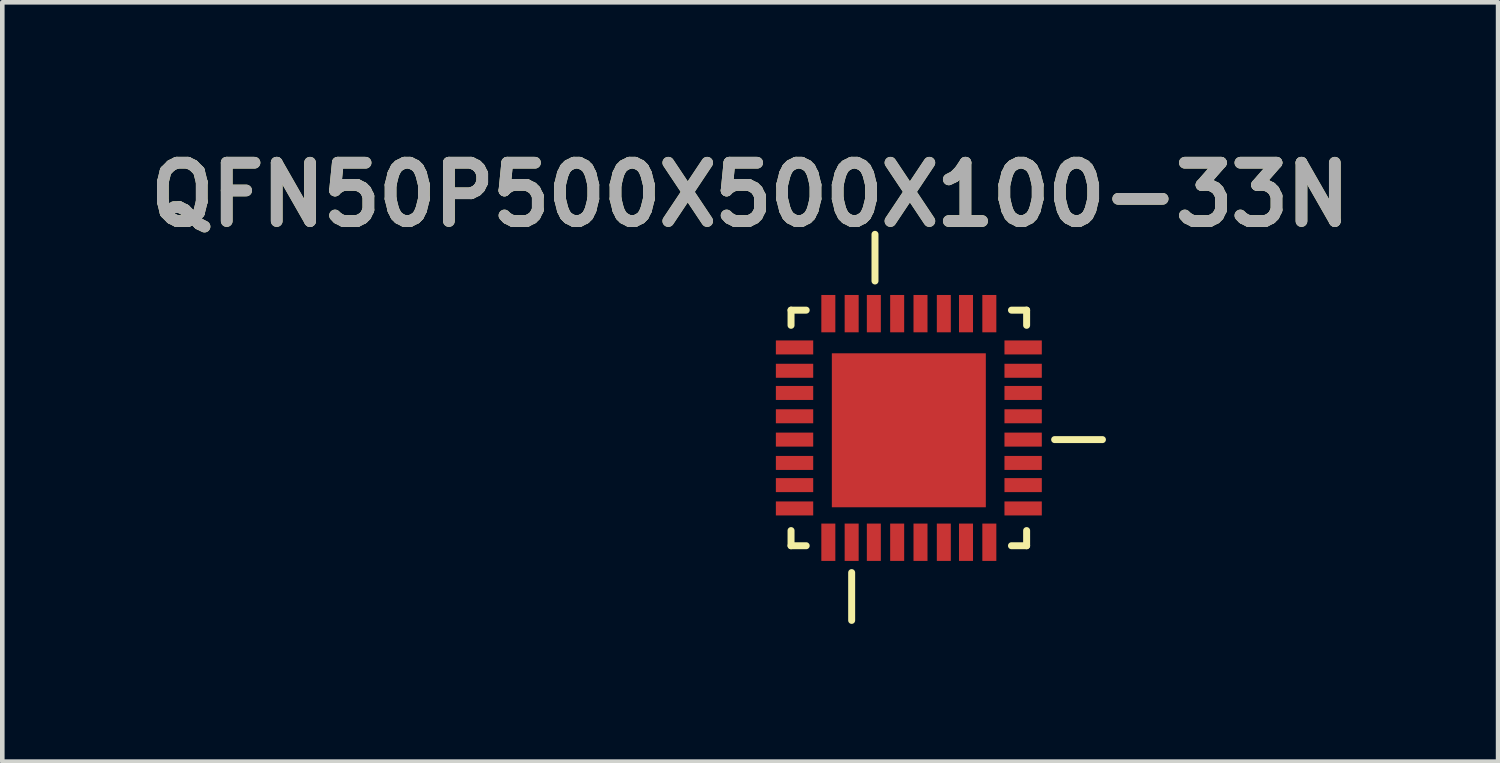
<source format=kicad_pcb>
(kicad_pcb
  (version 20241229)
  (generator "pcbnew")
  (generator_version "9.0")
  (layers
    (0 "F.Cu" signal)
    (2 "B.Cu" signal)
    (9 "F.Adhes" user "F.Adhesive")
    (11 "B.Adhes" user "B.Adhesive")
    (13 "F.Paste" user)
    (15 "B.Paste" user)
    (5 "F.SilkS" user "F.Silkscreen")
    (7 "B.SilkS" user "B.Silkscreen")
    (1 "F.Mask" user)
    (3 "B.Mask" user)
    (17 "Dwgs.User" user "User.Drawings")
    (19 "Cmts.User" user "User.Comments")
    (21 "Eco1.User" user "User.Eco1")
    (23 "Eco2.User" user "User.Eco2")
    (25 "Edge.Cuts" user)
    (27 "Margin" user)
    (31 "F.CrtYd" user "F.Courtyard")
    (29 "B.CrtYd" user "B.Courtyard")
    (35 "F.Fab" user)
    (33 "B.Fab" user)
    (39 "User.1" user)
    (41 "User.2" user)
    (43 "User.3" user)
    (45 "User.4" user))
  (footprint "QFN50P500X500X100-33N"
    (layer "F.Cu")
    (at 16.741 6.269)
    (property "Reference" "QFN50P500X500X100-33N" (at -3.454 -5.08 0) (layer "F.SilkS") (effects (font (size 1.27 1.27) (thickness 0.254))))
    (attr smd)
    (fp_line (start -2.565 -2.565) (end -2.565 -2.235) (stroke (width 0.152) (type solid)) (layer "F.SilkS"))
    (fp_line (start -2.565 2.235) (end -2.565 2.565) (stroke (width 0.152) (type solid)) (layer "F.SilkS"))
    (fp_line (start -2.565 2.565) (end -2.235 2.565) (stroke (width 0.152) (type solid)) (layer "F.SilkS"))
    (fp_line (start -2.235 -2.565) (end -2.565 -2.565) (stroke (width 0.152) (type solid)) (layer "F.SilkS"))
    (fp_line (start -1.245 4.191) (end -1.245 3.15) (stroke (width 0.152) (type solid)) (layer "F.SilkS"))
    (fp_line (start -0.737 -3.2) (end -0.737 -4.216) (stroke (width 0.152) (type solid)) (layer "F.SilkS"))
    (fp_line (start 2.235 2.565) (end 2.565 2.565) (stroke (width 0.152) (type solid)) (layer "F.SilkS"))
    (fp_line (start 2.565 -2.565) (end 2.235 -2.565) (stroke (width 0.152) (type solid)) (layer "F.SilkS"))
    (fp_line (start 2.565 -2.235) (end 2.565 -2.565) (stroke (width 0.152) (type solid)) (layer "F.SilkS"))
    (fp_line (start 2.565 2.565) (end 2.565 2.235) (stroke (width 0.152) (type solid)) (layer "F.SilkS"))
    (fp_line (start 3.175 0.254) (end 4.216 0.254) (stroke (width 0.152) (type solid)) (layer "F.SilkS"))
    (fp_text user "${REFERENCE}" (at -3.454 -5.08 0) (layer "F.Fab") (effects (font (size 1.27 1.27) (thickness 0.254))))
    (pad "1" smd rect (at -2.489 -1.753 90) (size 0.305 0.813) (layers "F.Cu" "F.Mask" "F.Paste"))
    (pad "2" smd rect (at -2.489 -1.245 90) (size 0.305 0.813) (layers "F.Cu" "F.Mask" "F.Paste"))
    (pad "3" smd rect (at -2.489 -0.762 90) (size 0.305 0.813) (layers "F.Cu" "F.Mask" "F.Paste"))
    (pad "4" smd rect (at -2.489 -0.254 90) (size 0.305 0.813) (layers "F.Cu" "F.Mask" "F.Paste"))
    (pad "5" smd rect (at -2.489 0.254 90) (size 0.305 0.813) (layers "F.Cu" "F.Mask" "F.Paste"))
    (pad "6" smd rect (at -2.489 0.762 90) (size 0.305 0.813) (layers "F.Cu" "F.Mask" "F.Paste"))
    (pad "7" smd rect (at -2.489 1.245 90) (size 0.305 0.813) (layers "F.Cu" "F.Mask" "F.Paste"))
    (pad "8" smd rect (at -2.489 1.753 90) (size 0.305 0.813) (layers "F.Cu" "F.Mask" "F.Paste"))
    (pad "9" smd rect (at -1.753 2.489) (size 0.305 0.813) (layers "F.Cu" "F.Mask" "F.Paste"))
    (pad "10" smd rect (at -1.245 2.489) (size 0.305 0.813) (layers "F.Cu" "F.Mask" "F.Paste"))
    (pad "11" smd rect (at -0.762 2.489) (size 0.305 0.813) (layers "F.Cu" "F.Mask" "F.Paste"))
    (pad "12" smd rect (at -0.254 2.489) (size 0.305 0.813) (layers "F.Cu" "F.Mask" "F.Paste"))
    (pad "13" smd rect (at 0.254 2.489) (size 0.305 0.813) (layers "F.Cu" "F.Mask" "F.Paste"))
    (pad "14" smd rect (at 0.762 2.489) (size 0.305 0.813) (layers "F.Cu" "F.Mask" "F.Paste"))
    (pad "15" smd rect (at 1.245 2.489) (size 0.305 0.813) (layers "F.Cu" "F.Mask" "F.Paste"))
    (pad "16" smd rect (at 1.753 2.489) (size 0.305 0.813) (layers "F.Cu" "F.Mask" "F.Paste"))
    (pad "17" smd rect (at 2.489 1.753 90) (size 0.305 0.813) (layers "F.Cu" "F.Mask" "F.Paste"))
    (pad "18" smd rect (at 2.489 1.245 90) (size 0.305 0.813) (layers "F.Cu" "F.Mask" "F.Paste"))
    (pad "19" smd rect (at 2.489 0.762 90) (size 0.305 0.813) (layers "F.Cu" "F.Mask" "F.Paste"))
    (pad "20" smd rect (at 2.489 0.254 90) (size 0.305 0.813) (layers "F.Cu" "F.Mask" "F.Paste"))
    (pad "21" smd rect (at 2.489 -0.254 90) (size 0.305 0.813) (layers "F.Cu" "F.Mask" "F.Paste"))
    (pad "22" smd rect (at 2.489 -0.762 90) (size 0.305 0.813) (layers "F.Cu" "F.Mask" "F.Paste"))
    (pad "23" smd rect (at 2.489 -1.245 90) (size 0.305 0.813) (layers "F.Cu" "F.Mask" "F.Paste"))
    (pad "24" smd rect (at 2.489 -1.753 90) (size 0.305 0.813) (layers "F.Cu" "F.Mask" "F.Paste"))
    (pad "25" smd rect (at 1.753 -2.489) (size 0.305 0.813) (layers "F.Cu" "F.Mask" "F.Paste"))
    (pad "26" smd rect (at 1.245 -2.489) (size 0.305 0.813) (layers "F.Cu" "F.Mask" "F.Paste"))
    (pad "27" smd rect (at 0.762 -2.489) (size 0.305 0.813) (layers "F.Cu" "F.Mask" "F.Paste"))
    (pad "28" smd rect (at 0.254 -2.489) (size 0.305 0.813) (layers "F.Cu" "F.Mask" "F.Paste"))
    (pad "29" smd rect (at -0.254 -2.489) (size 0.305 0.813) (layers "F.Cu" "F.Mask" "F.Paste"))
    (pad "30" smd rect (at -0.762 -2.489) (size 0.305 0.813) (layers "F.Cu" "F.Mask" "F.Paste"))
    (pad "31" smd rect (at -1.245 -2.489) (size 0.305 0.813) (layers "F.Cu" "F.Mask" "F.Paste"))
    (pad "32" smd rect (at -1.753 -2.489) (size 0.305 0.813) (layers "F.Cu" "F.Mask" "F.Paste"))
    (pad "33" smd rect (at 0 0.051 90) (size 3.353 3.353) (layers "F.Cu" "F.Mask" "F.Paste")))
  (gr_rect
    (start -3 -3)
    (end 29.573 13.536)
    (stroke (width 0.1) (type default))
    (fill no)
    (layer "Edge.Cuts")))
</source>
